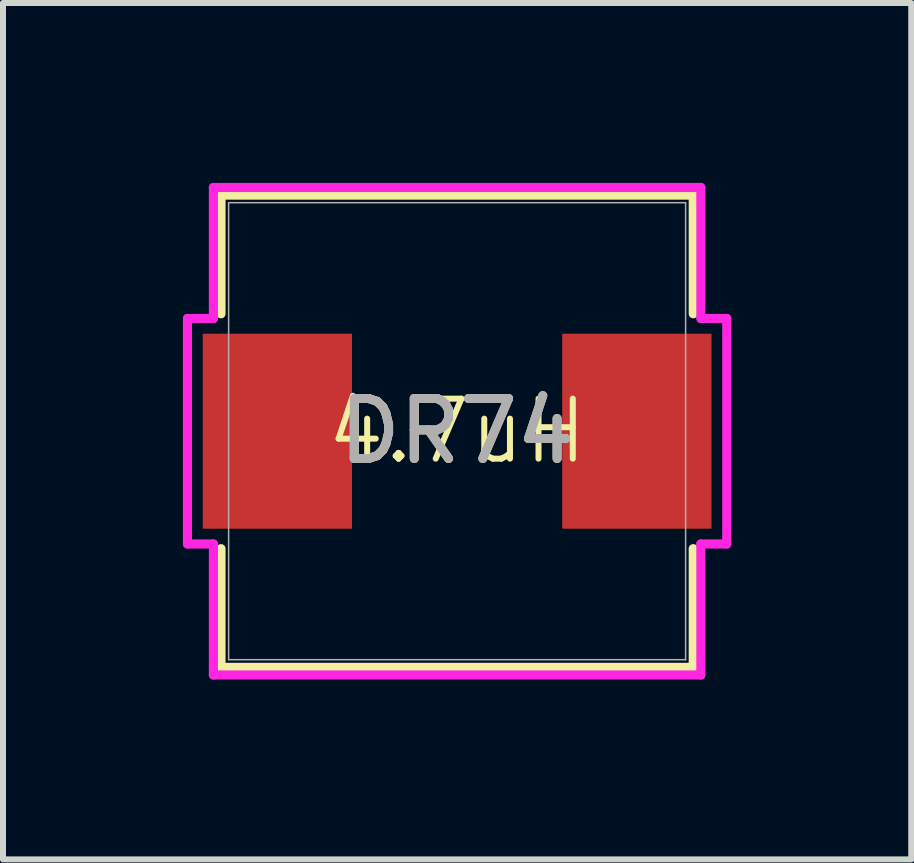
<source format=kicad_pcb>
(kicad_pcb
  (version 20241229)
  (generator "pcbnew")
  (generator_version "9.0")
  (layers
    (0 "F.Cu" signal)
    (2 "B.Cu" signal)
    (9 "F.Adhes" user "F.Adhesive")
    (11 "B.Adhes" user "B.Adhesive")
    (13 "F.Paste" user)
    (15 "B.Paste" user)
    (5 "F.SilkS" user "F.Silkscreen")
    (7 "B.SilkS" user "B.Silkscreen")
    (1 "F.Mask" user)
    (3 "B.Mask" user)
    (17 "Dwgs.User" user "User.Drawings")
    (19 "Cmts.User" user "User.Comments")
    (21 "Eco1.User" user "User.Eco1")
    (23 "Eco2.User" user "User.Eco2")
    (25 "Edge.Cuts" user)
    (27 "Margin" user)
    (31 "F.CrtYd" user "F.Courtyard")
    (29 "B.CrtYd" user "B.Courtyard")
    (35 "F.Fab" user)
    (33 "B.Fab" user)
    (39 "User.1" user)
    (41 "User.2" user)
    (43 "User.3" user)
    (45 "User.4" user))
  (footprint "DR74"
    (layer "F.Cu")
    (at 4.572 4.14)
    (property "Reference" "DR74" (at 0 0 0) (unlocked yes) (layer "F.SilkS") (effects (font (size 1 1) (thickness 0.15))))
    (attr smd)
    (fp_line (start -3.937 -3.937) (end -3.937 -1.958) (stroke (width 0.152) (type solid)) (layer "F.SilkS"))
    (fp_line (start -3.937 1.958) (end -3.937 3.937) (stroke (width 0.152) (type solid)) (layer "F.SilkS"))
    (fp_line (start -3.937 3.937) (end 3.937 3.937) (stroke (width 0.152) (type solid)) (layer "F.SilkS"))
    (fp_line (start 3.937 -3.937) (end -3.937 -3.937) (stroke (width 0.152) (type solid)) (layer "F.SilkS"))
    (fp_line (start 3.937 -1.958) (end 3.937 -3.937) (stroke (width 0.152) (type solid)) (layer "F.SilkS"))
    (fp_line (start 3.937 3.937) (end 3.937 1.958) (stroke (width 0.152) (type solid)) (layer "F.SilkS"))
    (fp_line (start -4.496 -1.88) (end -4.064 -1.88) (stroke (width 0.152) (type solid)) (layer "F.CrtYd"))
    (fp_line (start -4.496 1.88) (end -4.496 -1.88) (stroke (width 0.152) (type solid)) (layer "F.CrtYd"))
    (fp_line (start -4.496 1.88) (end -4.064 1.88) (stroke (width 0.152) (type solid)) (layer "F.CrtYd"))
    (fp_line (start -4.064 -4.064) (end 4.064 -4.064) (stroke (width 0.152) (type solid)) (layer "F.CrtYd"))
    (fp_line (start -4.064 -1.88) (end -4.064 -4.064) (stroke (width 0.152) (type solid)) (layer "F.CrtYd"))
    (fp_line (start -4.064 1.88) (end -4.064 4.064) (stroke (width 0.152) (type solid)) (layer "F.CrtYd"))
    (fp_line (start -4.064 4.064) (end 4.064 4.064) (stroke (width 0.152) (type solid)) (layer "F.CrtYd"))
    (fp_line (start 4.064 -4.064) (end 4.064 -1.88) (stroke (width 0.152) (type solid)) (layer "F.CrtYd"))
    (fp_line (start 4.064 -1.88) (end 4.496 -1.88) (stroke (width 0.152) (type solid)) (layer "F.CrtYd"))
    (fp_line (start 4.064 1.88) (end 4.496 1.88) (stroke (width 0.152) (type solid)) (layer "F.CrtYd"))
    (fp_line (start 4.064 4.064) (end 4.064 1.88) (stroke (width 0.152) (type solid)) (layer "F.CrtYd"))
    (fp_line (start 4.496 -1.88) (end 4.496 1.88) (stroke (width 0.152) (type solid)) (layer "F.CrtYd"))
    (fp_line (start -3.81 -3.81) (end -3.81 3.81) (stroke (width 0.025) (type solid)) (layer "F.Fab"))
    (fp_line (start -3.81 3.81) (end 3.81 3.81) (stroke (width 0.025) (type solid)) (layer "F.Fab"))
    (fp_line (start 3.81 -3.81) (end -3.81 -3.81) (stroke (width 0.025) (type solid)) (layer "F.Fab"))
    (fp_line (start 3.81 3.81) (end 3.81 -3.81) (stroke (width 0.025) (type solid)) (layer "F.Fab"))
    (fp_text user "4.7uH" (at 0 0 0) (layer "F.SilkS") (effects (font (size 1 1) (thickness 0.1))))
    (fp_text user "${REFERENCE}" (at 0 0 0) (unlocked yes) (layer "F.Fab") (effects (font (size 1 1) (thickness 0.15))))
    (pad "1" smd rect (at -2.997 0) (size 2.489 3.251) (layers "F.Cu" "F.Mask" "F.Paste"))
    (pad "2" smd rect (at 2.997 0) (size 2.489 3.251) (layers "F.Cu" "F.Mask" "F.Paste"))
    (zone (net_name "") (layer "F.Cu") (hatch full 0.508) (connect_pads) (min_thickness 0.254) (filled_areas_thickness no) (keepout (tracks not_allowed) (vias not_allowed) (pads allowed) (copperpour not_allowed) (footprints allowed)) (placement (enabled no)) (fill) (polygon (pts (xy 2.87 0.381) (xy 6.274 0.381) (xy 6.274 7.899) (xy 2.87 7.899)))))
  (gr_rect
    (start -3 -3)
    (end 12.144 11.28)
    (stroke (width 0.1) (type default))
    (fill no)
    (layer "Edge.Cuts")))
</source>
